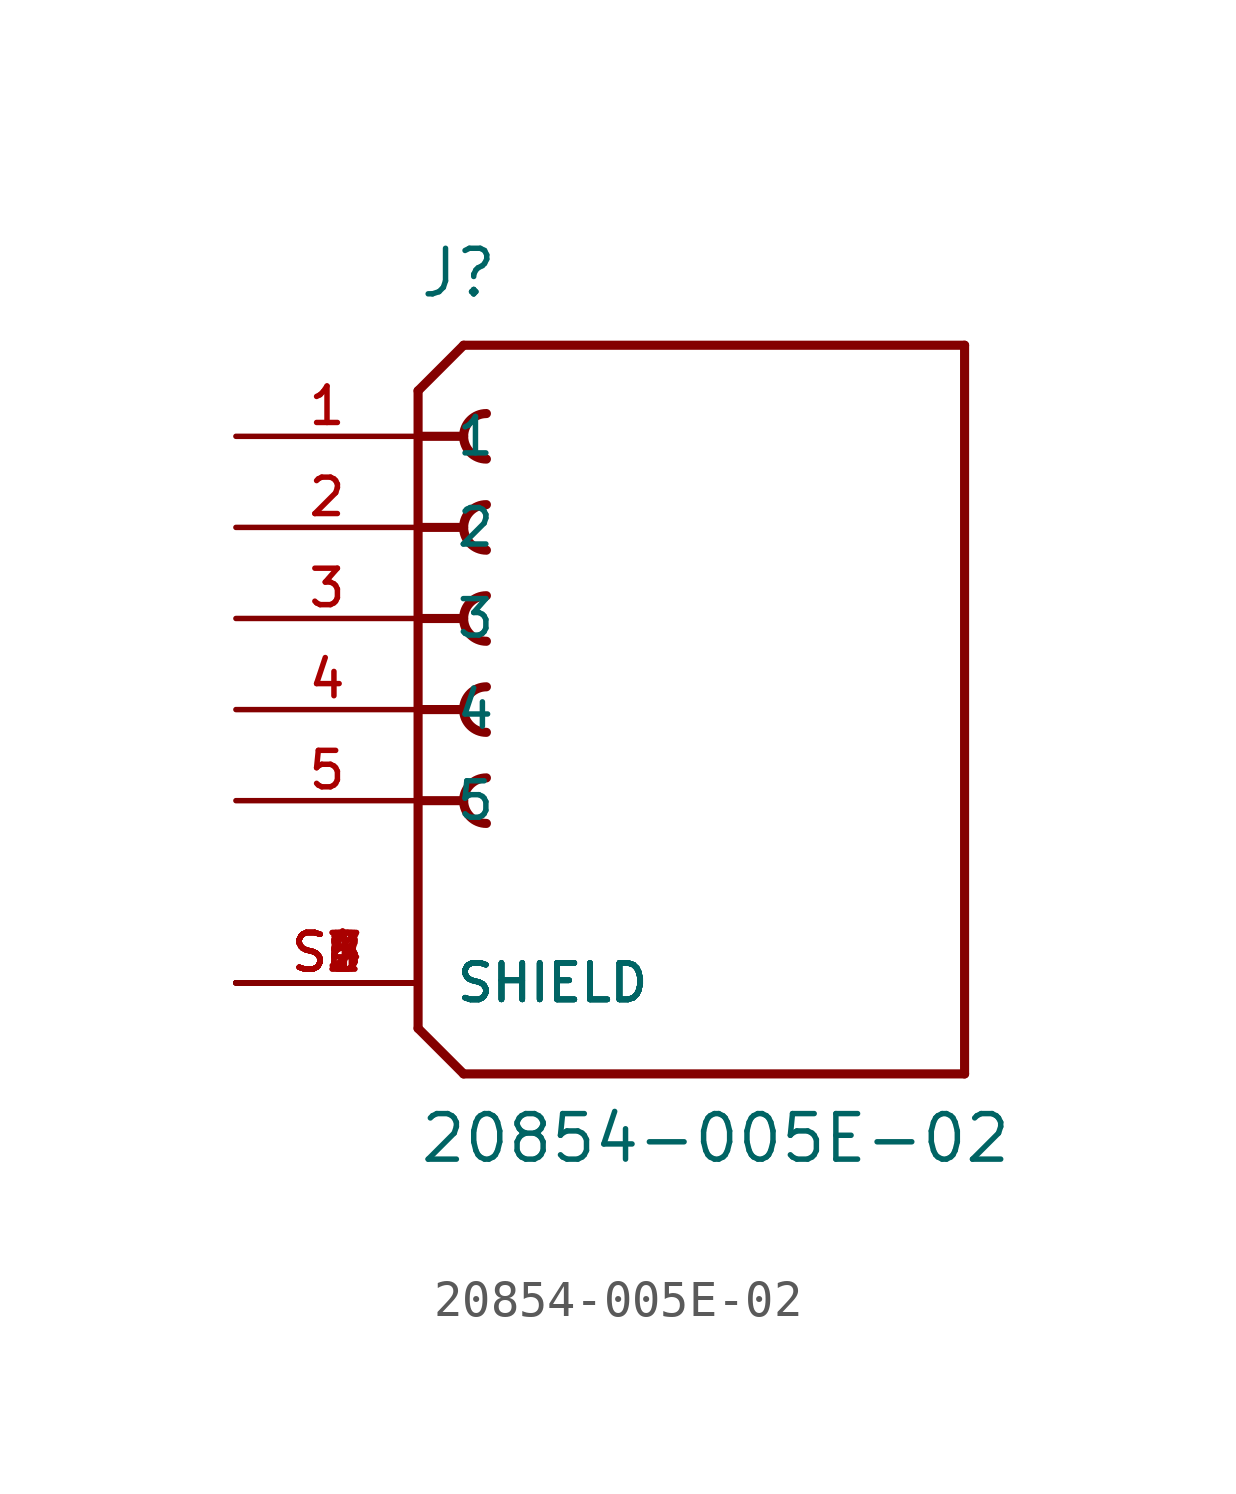
<source format=kicad_sym>
(kicad_symbol_lib
  (version 20211014)
  (generator kicad_symbol_editor)
  (symbol "20854-005E-02"
    (pin_names
      (offset 1.016))
    (property "Reference" "J"
      (at -7.62 11.43 0)
      (effects (font (size 1.27 1.27)) (justify bottom left)))
    (property "Value" "20854-005E-02"
      (at -7.62 -12.7 0)
      (effects (font (size 1.27 1.27)) (justify bottom left)))
    (symbol "20854-005E-02_0_0"
      (polyline (pts (xy -7.62 8.89) (xy -6.35 10.16)) (stroke (width 0.254)))
      (polyline (pts (xy -7.62 8.89) (xy -7.62 7.62)) (stroke (width 0.254)))
      (polyline (pts (xy -7.62 7.62) (xy -7.62 -8.89)) (stroke (width 0.254)))
      (polyline (pts (xy -7.62 -8.89) (xy -6.35 -10.16)) (stroke (width 0.254)))
      (polyline (pts (xy -6.35 -10.16) (xy 7.62 -10.16)) (stroke (width 0.254)))
      (polyline (pts (xy 7.62 -10.16) (xy 7.62 10.16)) (stroke (width 0.254)))
      (polyline (pts (xy 7.62 10.16) (xy -6.35 10.16)) (stroke (width 0.254)))
      (polyline (pts (xy -7.62 7.62) (xy -6.35 7.62)) (stroke (width 0.254)))
      (arc (start -5.715 6.985) (mid -6.35 7.62) (end -5.715 8.255) (stroke (width 0.254) (type default) (color 0 0 0 0)) (fill (type none)))
      (polyline (pts (xy -7.62 5.08) (xy -6.35 5.08)) (stroke (width 0.254)))
      (arc (start -5.715 4.445) (mid -6.35 5.08) (end -5.715 5.715) (stroke (width 0.254) (type default) (color 0 0 0 0)) (fill (type none)))
      (polyline (pts (xy -7.62 2.54) (xy -6.35 2.54)) (stroke (width 0.254)))
      (arc (start -5.715 1.905) (mid -6.35 2.54) (end -5.715 3.175) (stroke (width 0.254) (type default) (color 0 0 0 0)) (fill (type none)))
      (polyline (pts (xy -7.62 0.0) (xy -6.35 0.0)) (stroke (width 0.254)))
      (arc (start -5.715 -0.635) (mid -6.35 0.0) (end -5.715 0.635) (stroke (width 0.254) (type default) (color 0 0 0 0)) (fill (type none)))
      (polyline (pts (xy -7.62 -2.54) (xy -6.35 -2.54)) (stroke (width 0.254)))
      (arc (start -5.715 -3.175) (mid -6.35 -2.54) (end -5.715 -1.905) (stroke (width 0.254) (type default) (color 0 0 0 0)) (fill (type none)))
      (pin passive line (at -12.7 7.62 0) (length 5.08) (name "1" (effects (font (size 1.016 1.016)))) (number "1" (effects (font (size 1.016 1.016)))))
      (pin passive line (at -12.7 5.08 0) (length 5.08) (name "2" (effects (font (size 1.016 1.016)))) (number "2" (effects (font (size 1.016 1.016)))))
      (pin passive line (at -12.7 2.54 0) (length 5.08) (name "3" (effects (font (size 1.016 1.016)))) (number "3" (effects (font (size 1.016 1.016)))))
      (pin passive line (at -12.7 0.0 0) (length 5.08) (name "4" (effects (font (size 1.016 1.016)))) (number "4" (effects (font (size 1.016 1.016)))))
      (pin passive line (at -12.7 -2.54 0) (length 5.08) (name "5" (effects (font (size 1.016 1.016)))) (number "5" (effects (font (size 1.016 1.016)))))
      (pin passive line (at -12.7 -7.62 0) (length 5.08) (name "SHIELD" (effects (font (size 1.016 1.016)))) (number "S1" (effects (font (size 1.016 1.016)))))
      (pin passive line (at -12.7 -7.62 0) (length 5.08) (name "SHIELD" (effects (font (size 1.016 1.016)))) (number "S2" (effects (font (size 1.016 1.016)))))
      (pin passive line (at -12.7 -7.62 0) (length 5.08) (name "SHIELD" (effects (font (size 1.016 1.016)))) (number "S3" (effects (font (size 1.016 1.016)))))
      (pin passive line (at -12.7 -7.62 0) (length 5.08) (name "SHIELD" (effects (font (size 1.016 1.016)))) (number "S4" (effects (font (size 1.016 1.016)))))
      (pin passive line (at -12.7 -7.62 0) (length 5.08) (name "SHIELD" (effects (font (size 1.016 1.016)))) (number "S5" (effects (font (size 1.016 1.016)))))
      (pin passive line (at -12.7 -7.62 0) (length 5.08) (name "SHIELD" (effects (font (size 1.016 1.016)))) (number "S6" (effects (font (size 1.016 1.016)))))
      (pin passive line (at -12.7 -7.62 0) (length 5.08) (name "SHIELD" (effects (font (size 1.016 1.016)))) (number "S7" (effects (font (size 1.016 1.016)))))
      (pin passive line (at -12.7 -7.62 0) (length 5.08) (name "SHIELD" (effects (font (size 1.016 1.016)))) (number "S8" (effects (font (size 1.016 1.016))))))))
</source>
